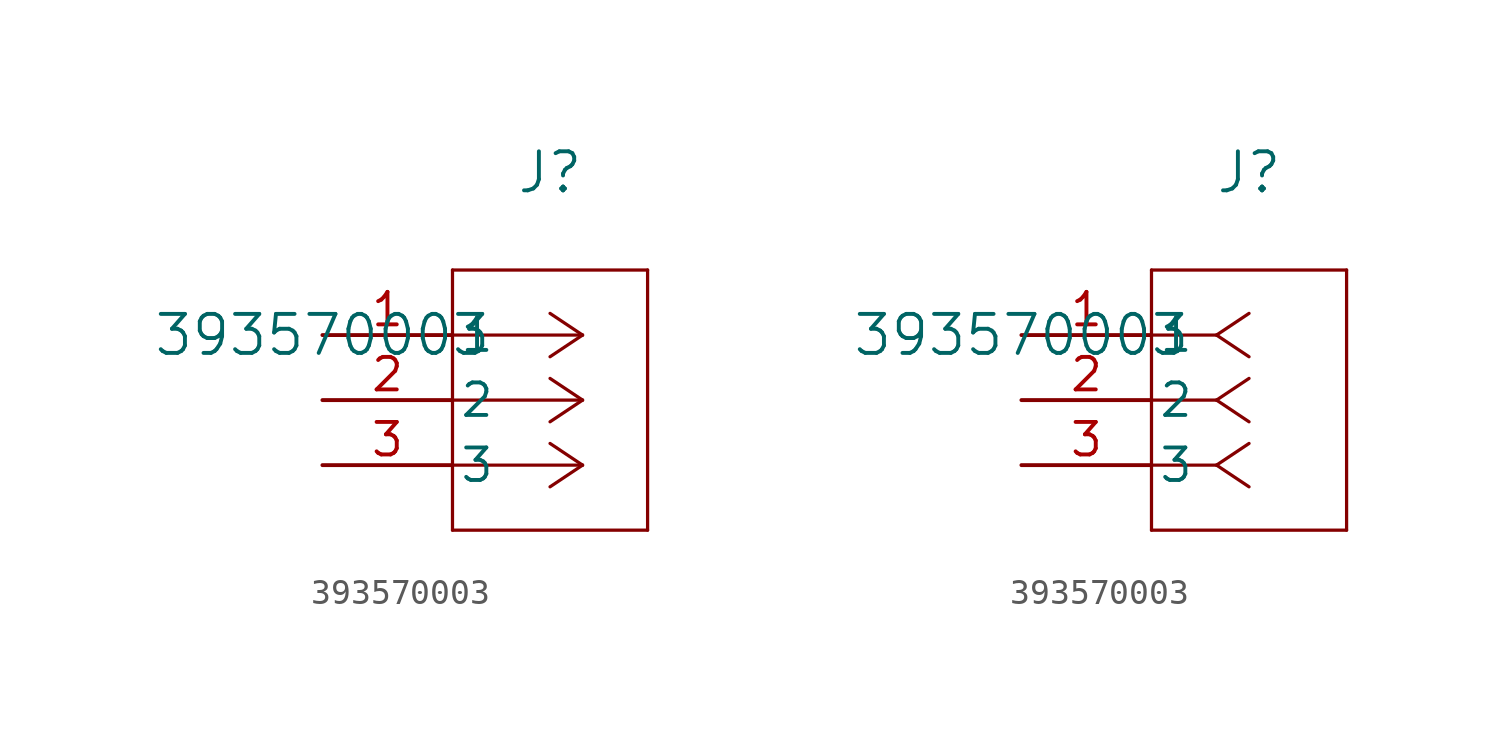
<source format=kicad_sym>
(kicad_symbol_lib
  (version 20211014)
  (generator kicad_symbol_editor)
  (symbol "393570003"
    (pin_names
      (offset 0.254))
    (property "Reference" "J"
      (at 8.89 6.35 0)
      (effects (font (size 1.524 1.524))))
    (property "Value" "393570003"
      (at 0 0 0)
      (effects (font (size 1.524 1.524))))
    (symbol "393570003_1_1"
      (polyline (pts (xy 10.16 0) (xy 5.08 0)) (stroke (width 0.127) (type default) (color 0 0 0 0)) (fill (type none)))
      (polyline (pts (xy 10.16 -2.54) (xy 5.08 -2.54)) (stroke (width 0.127) (type default) (color 0 0 0 0)) (fill (type none)))
      (polyline (pts (xy 10.16 -5.08) (xy 5.08 -5.08)) (stroke (width 0.127) (type default) (color 0 0 0 0)) (fill (type none)))
      (polyline (pts (xy 10.16 0) (xy 8.89 0.847)) (stroke (width 0.127) (type default) (color 0 0 0 0)) (fill (type none)))
      (polyline (pts (xy 10.16 -2.54) (xy 8.89 -1.693)) (stroke (width 0.127) (type default) (color 0 0 0 0)) (fill (type none)))
      (polyline (pts (xy 10.16 -5.08) (xy 8.89 -4.233)) (stroke (width 0.127) (type default) (color 0 0 0 0)) (fill (type none)))
      (polyline (pts (xy 10.16 0) (xy 8.89 -0.847)) (stroke (width 0.127) (type default) (color 0 0 0 0)) (fill (type none)))
      (polyline (pts (xy 10.16 -2.54) (xy 8.89 -3.387)) (stroke (width 0.127) (type default) (color 0 0 0 0)) (fill (type none)))
      (polyline (pts (xy 10.16 -5.08) (xy 8.89 -5.927)) (stroke (width 0.127) (type default) (color 0 0 0 0)) (fill (type none)))
      (polyline (pts (xy 5.08 2.54) (xy 5.08 -7.62)) (stroke (width 0.127) (type default) (color 0 0 0 0)) (fill (type none)))
      (polyline (pts (xy 5.08 -7.62) (xy 12.7 -7.62)) (stroke (width 0.127) (type default) (color 0 0 0 0)) (fill (type none)))
      (polyline (pts (xy 12.7 -7.62) (xy 12.7 2.54)) (stroke (width 0.127) (type default) (color 0 0 0 0)) (fill (type none)))
      (polyline (pts (xy 12.7 2.54) (xy 5.08 2.54)) (stroke (width 0.127) (type default) (color 0 0 0 0)) (fill (type none)))
      (pin unspecified line (at 0 0 0) (length 5.08) (name "1" (effects (font (size 1.27 1.27)))) (number "1" (effects (font (size 1.27 1.27)))))
      (pin unspecified line (at 0 -2.54 0) (length 5.08) (name "2" (effects (font (size 1.27 1.27)))) (number "2" (effects (font (size 1.27 1.27)))))
      (pin unspecified line (at 0 -5.08 0) (length 5.08) (name "3" (effects (font (size 1.27 1.27)))) (number "3" (effects (font (size 1.27 1.27))))))
    (symbol "393570003_1_2"
      (polyline (pts (xy 7.62 0) (xy 5.08 0)) (stroke (width 0.127) (type default) (color 0 0 0 0)) (fill (type none)))
      (polyline (pts (xy 7.62 -2.54) (xy 5.08 -2.54)) (stroke (width 0.127) (type default) (color 0 0 0 0)) (fill (type none)))
      (polyline (pts (xy 7.62 -5.08) (xy 5.08 -5.08)) (stroke (width 0.127) (type default) (color 0 0 0 0)) (fill (type none)))
      (polyline (pts (xy 7.62 0) (xy 8.89 0.847)) (stroke (width 0.127) (type default) (color 0 0 0 0)) (fill (type none)))
      (polyline (pts (xy 7.62 -2.54) (xy 8.89 -1.693)) (stroke (width 0.127) (type default) (color 0 0 0 0)) (fill (type none)))
      (polyline (pts (xy 7.62 -5.08) (xy 8.89 -4.233)) (stroke (width 0.127) (type default) (color 0 0 0 0)) (fill (type none)))
      (polyline (pts (xy 7.62 0) (xy 8.89 -0.847)) (stroke (width 0.127) (type default) (color 0 0 0 0)) (fill (type none)))
      (polyline (pts (xy 7.62 -2.54) (xy 8.89 -3.387)) (stroke (width 0.127) (type default) (color 0 0 0 0)) (fill (type none)))
      (polyline (pts (xy 7.62 -5.08) (xy 8.89 -5.927)) (stroke (width 0.127) (type default) (color 0 0 0 0)) (fill (type none)))
      (polyline (pts (xy 5.08 2.54) (xy 5.08 -7.62)) (stroke (width 0.127) (type default) (color 0 0 0 0)) (fill (type none)))
      (polyline (pts (xy 5.08 -7.62) (xy 12.7 -7.62)) (stroke (width 0.127) (type default) (color 0 0 0 0)) (fill (type none)))
      (polyline (pts (xy 12.7 -7.62) (xy 12.7 2.54)) (stroke (width 0.127) (type default) (color 0 0 0 0)) (fill (type none)))
      (polyline (pts (xy 12.7 2.54) (xy 5.08 2.54)) (stroke (width 0.127) (type default) (color 0 0 0 0)) (fill (type none)))
      (pin unspecified line (at 0 0 0) (length 5.08) (name "1" (effects (font (size 1.27 1.27)))) (number "1" (effects (font (size 1.27 1.27)))))
      (pin unspecified line (at 0 -2.54 0) (length 5.08) (name "2" (effects (font (size 1.27 1.27)))) (number "2" (effects (font (size 1.27 1.27)))))
      (pin unspecified line (at 0 -5.08 0) (length 5.08) (name "3" (effects (font (size 1.27 1.27)))) (number "3" (effects (font (size 1.27 1.27))))))))
</source>
